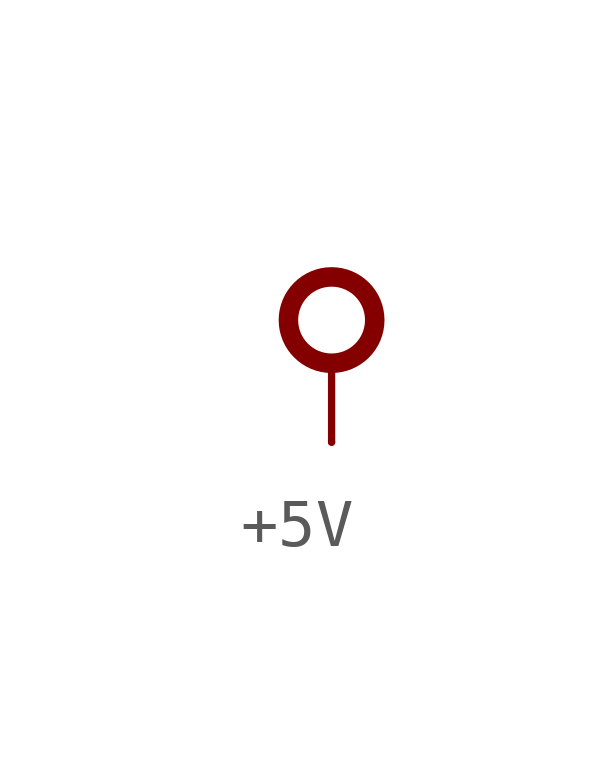
<source format=kicad_sym>
(kicad_symbol_lib
  (version 20231120)
  (generator "kicad_symbol_editor")
  (generator_version "8.0")
  (symbol "+5V"
    (power)
    (property "Reference" "#V"
      (at 0 0 0)
      (effects (font (size 1.27 1.27)) (hide yes)))
    (property "Value" ""
      (at -2.54 1.587 0)
      (effects (font (size 1.778 1.511)) (justify left bottom)))
    (property "ki_locked" ""
      (at 0 0 0)
      (effects (font (size 1.27 1.27))))
    (symbol "+5V_1_0"
      (polyline (pts (xy 0 -2.54) (xy 0 -0.953)) (stroke (width 0.152) (type solid)) (fill (type none)))
      (circle (center 0 -0.0001) (radius 0.898) (stroke (width 0.406) (type solid)) (fill (type none)))
      (pin power_in line (at 0 -2.54 90) (length 0) (name "+5V" (effects (font (size 0 0)))) (number "1" (effects (font (size 0 0))))))))
</source>
